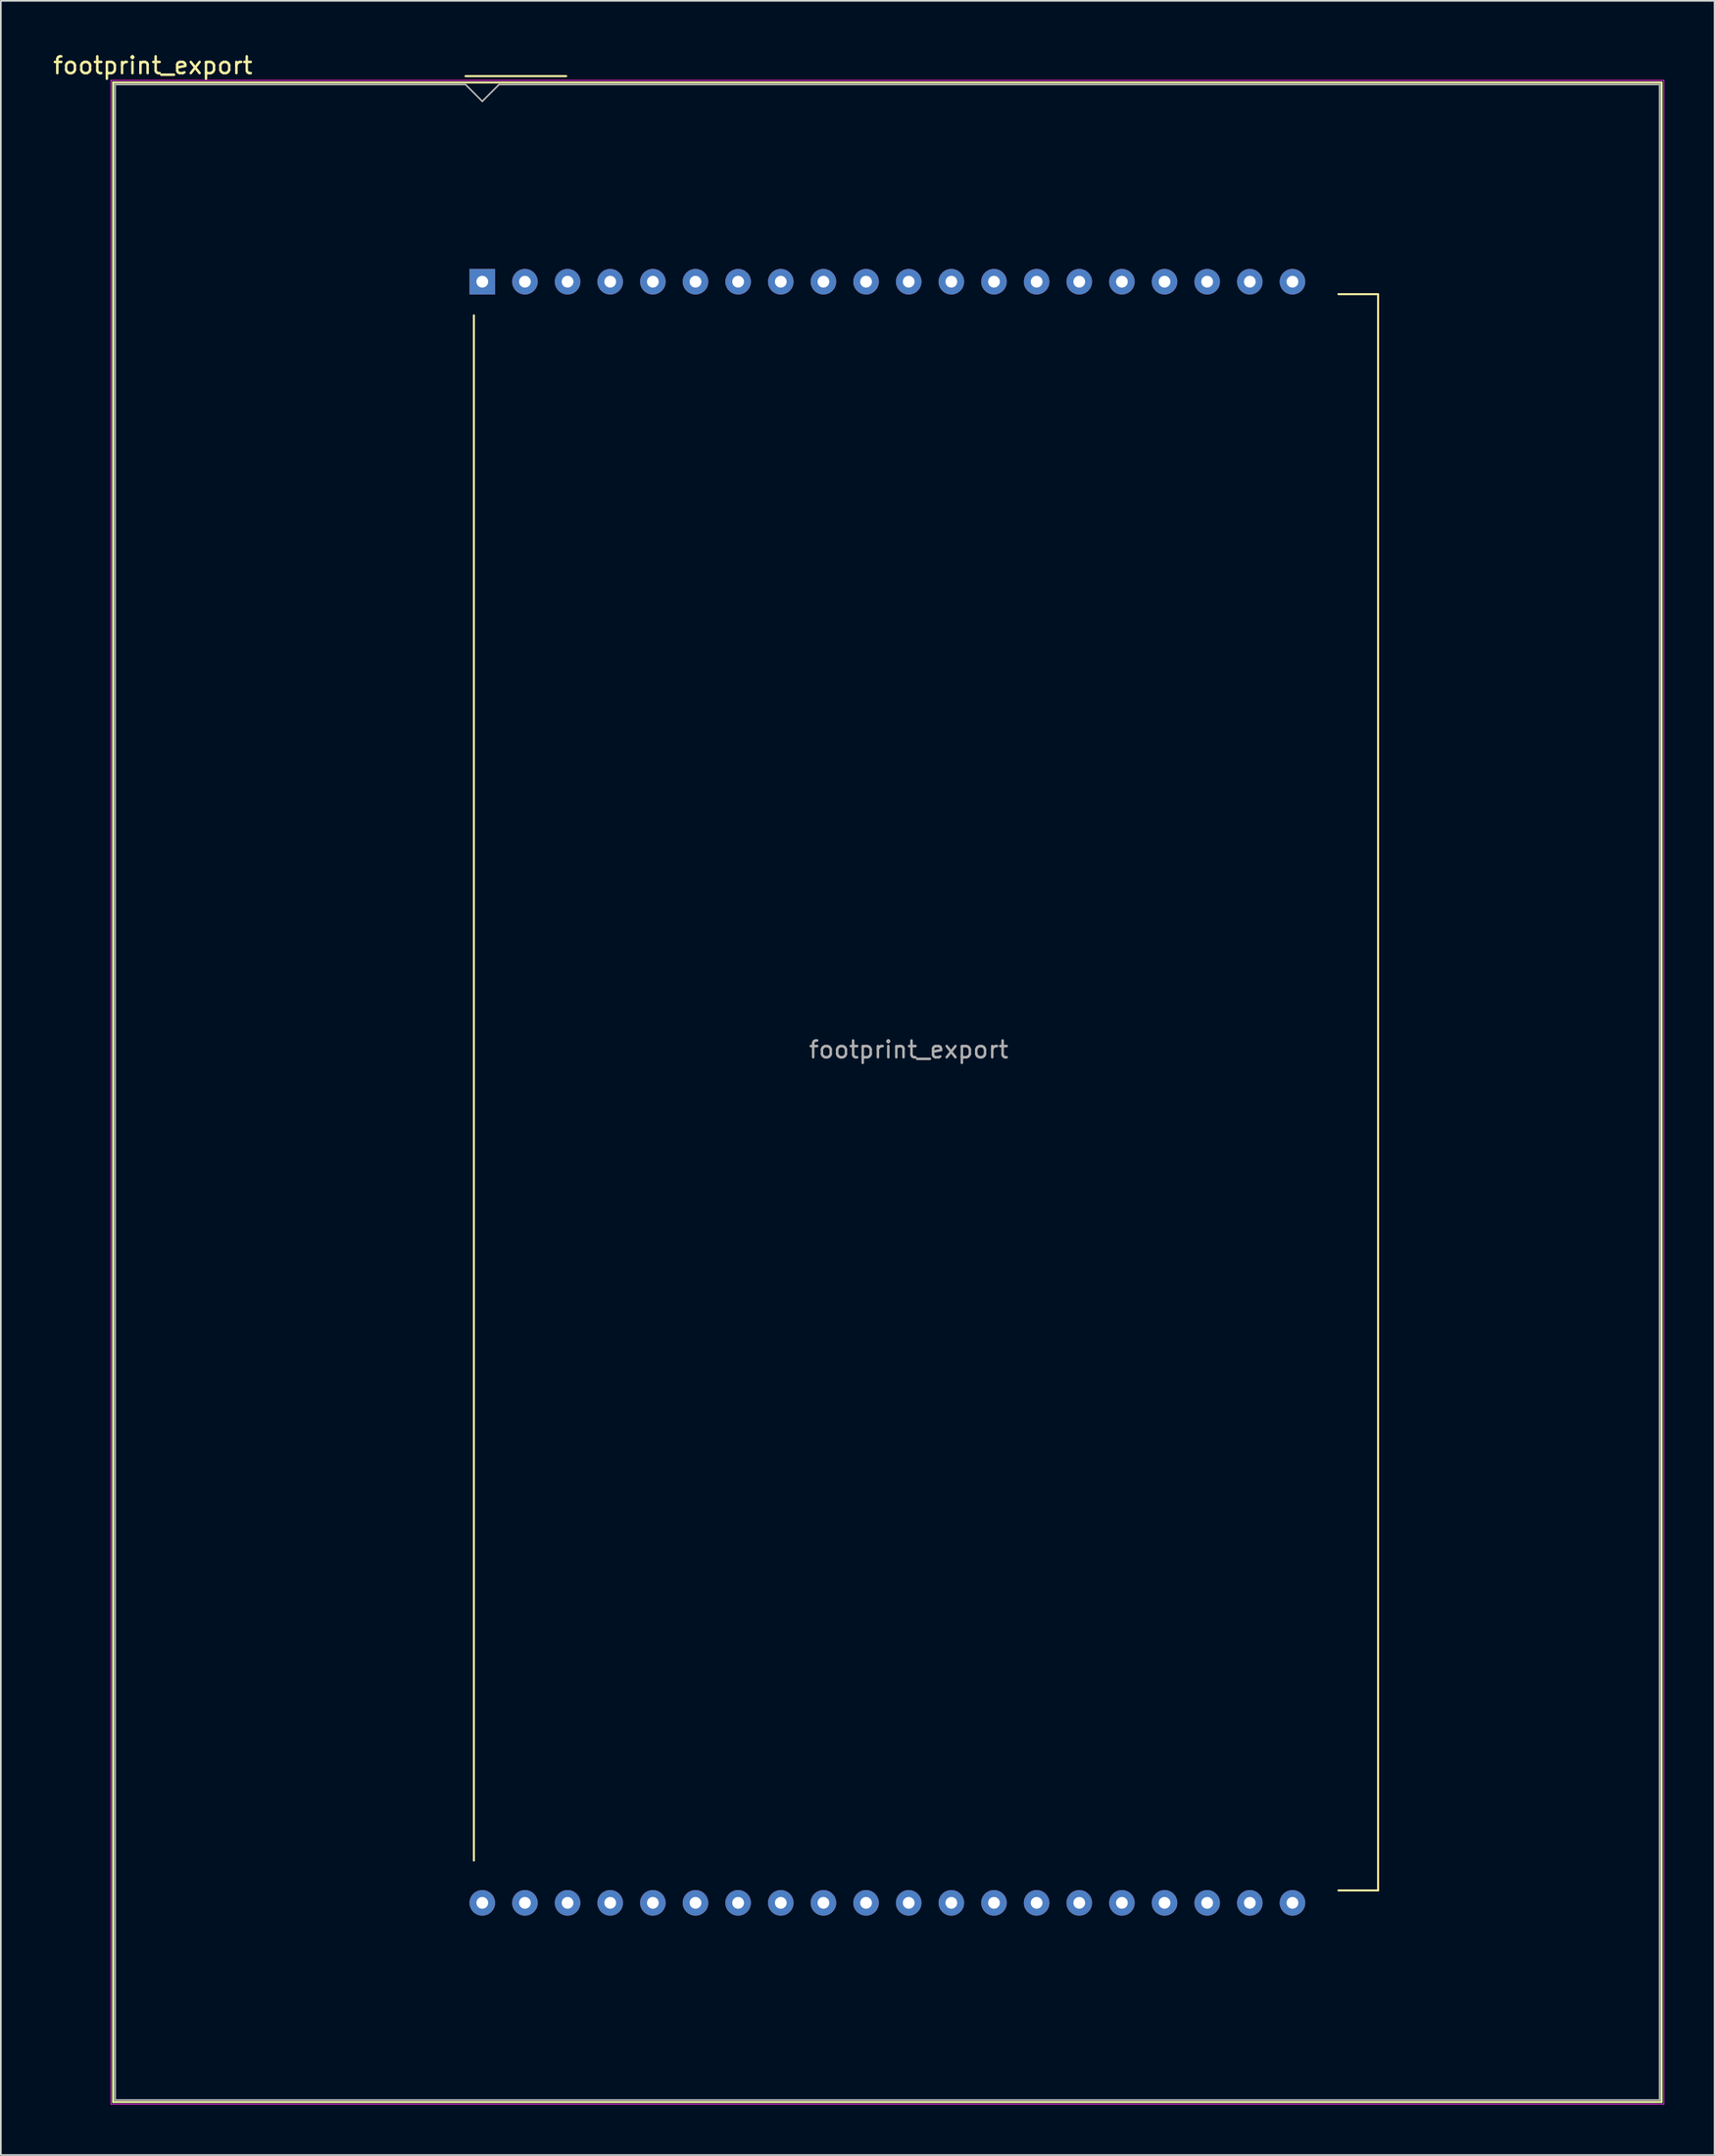
<source format=kicad_pcb>
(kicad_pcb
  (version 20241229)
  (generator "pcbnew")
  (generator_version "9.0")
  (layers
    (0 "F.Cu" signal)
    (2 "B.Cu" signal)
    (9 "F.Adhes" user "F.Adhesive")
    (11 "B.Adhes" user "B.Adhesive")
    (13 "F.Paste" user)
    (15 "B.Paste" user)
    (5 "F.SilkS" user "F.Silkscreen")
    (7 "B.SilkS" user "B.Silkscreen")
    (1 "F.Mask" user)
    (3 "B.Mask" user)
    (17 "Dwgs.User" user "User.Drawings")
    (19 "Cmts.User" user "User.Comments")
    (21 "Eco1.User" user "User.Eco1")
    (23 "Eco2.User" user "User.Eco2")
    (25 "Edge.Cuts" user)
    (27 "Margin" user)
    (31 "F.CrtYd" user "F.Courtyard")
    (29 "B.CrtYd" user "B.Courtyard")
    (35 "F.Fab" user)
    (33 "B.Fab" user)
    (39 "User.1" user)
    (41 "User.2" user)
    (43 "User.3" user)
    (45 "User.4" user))
  (footprint "footprint_export"
    (layer "F.Cu")
    (at 25.679 13.723)
    (property "Reference" "footprint_export" (at -19.625 -12.875 0) (layer "F.SilkS") (effects (font (size 1 1) (thickness 0.15))))
    (attr through_hole)
    (fp_line (start -21.99 -11.86) (end 70.25 -11.86) (stroke (width 0.12) (type solid)) (layer "F.SilkS"))
    (fp_line (start -21.99 108.38) (end -21.99 -11.86) (stroke (width 0.12) (type solid)) (layer "F.SilkS"))
    (fp_line (start -1 -12.24) (end 5 -12.24) (stroke (width 0.12) (type solid)) (layer "F.SilkS"))
    (fp_line (start -0.5 94) (end -0.5 2) (stroke (width 0.12) (type solid)) (layer "F.SilkS"))
    (fp_line (start 53.35 0.74) (end 51 0.74) (stroke (width 0.12) (type solid)) (layer "F.SilkS"))
    (fp_line (start 53.36 0.74) (end 53.36 95.78) (stroke (width 0.12) (type solid)) (layer "F.SilkS"))
    (fp_line (start 53.36 95.78) (end 51 95.78) (stroke (width 0.12) (type solid)) (layer "F.SilkS"))
    (fp_line (start 70.25 -11.86) (end 70.25 108.38) (stroke (width 0.12) (type solid)) (layer "F.SilkS"))
    (fp_line (start 70.25 108.38) (end -21.99 108.38) (stroke (width 0.12) (type solid)) (layer "F.SilkS"))
    (fp_line (start -22.12 -11.99) (end 70.38 -11.99) (stroke (width 0.05) (type solid)) (layer "F.CrtYd"))
    (fp_line (start -22.12 108.51) (end -22.12 -11.99) (stroke (width 0.05) (type solid)) (layer "F.CrtYd"))
    (fp_line (start 70.38 -11.99) (end 70.38 108.51) (stroke (width 0.05) (type solid)) (layer "F.CrtYd"))
    (fp_line (start 70.38 108.51) (end -22.12 108.51) (stroke (width 0.05) (type solid)) (layer "F.CrtYd"))
    (fp_line (start -21.87 -11.74) (end -1 -11.74) (stroke (width 0.1) (type solid)) (layer "F.Fab"))
    (fp_line (start -21.87 108.26) (end -21.87 -11.74) (stroke (width 0.1) (type solid)) (layer "F.Fab"))
    (fp_line (start -1 -11.74) (end 0 -10.74) (stroke (width 0.1) (type solid)) (layer "F.Fab"))
    (fp_line (start 0 -10.74) (end 1 -11.74) (stroke (width 0.1) (type solid)) (layer "F.Fab"))
    (fp_line (start 1 -11.74) (end 70.13 -11.74) (stroke (width 0.1) (type solid)) (layer "F.Fab"))
    (fp_line (start 70.13 -11.74) (end 70.13 108.26) (stroke (width 0.1) (type solid)) (layer "F.Fab"))
    (fp_line (start 70.13 108.26) (end -21.87 108.26) (stroke (width 0.1) (type solid)) (layer "F.Fab"))
    (fp_text user "${REFERENCE}" (at 25.4 45.72 0) (layer "F.Fab") (effects (font (size 1 1) (thickness 0.15))))
    (pad "1" thru_hole rect (at 0 0) (size 1.524 1.524) (drill 0.7) (layers "*.Cu" "*.Mask"))
    (pad "2" thru_hole circle (at 2.54 0) (size 1.524 1.524) (drill 0.7) (layers "*.Cu" "*.Mask"))
    (pad "3" thru_hole circle (at 5.08 0) (size 1.524 1.524) (drill 0.7) (layers "*.Cu" "*.Mask"))
    (pad "4" thru_hole circle (at 7.62 0) (size 1.524 1.524) (drill 0.7) (layers "*.Cu" "*.Mask"))
    (pad "5" thru_hole circle (at 10.16 0) (size 1.524 1.524) (drill 0.7) (layers "*.Cu" "*.Mask"))
    (pad "6" thru_hole circle (at 12.7 0) (size 1.524 1.524) (drill 0.7) (layers "*.Cu" "*.Mask"))
    (pad "7" thru_hole circle (at 15.24 0) (size 1.524 1.524) (drill 0.7) (layers "*.Cu" "*.Mask"))
    (pad "8" thru_hole circle (at 17.78 0) (size 1.524 1.524) (drill 0.7) (layers "*.Cu" "*.Mask"))
    (pad "9" thru_hole circle (at 20.32 0) (size 1.524 1.524) (drill 0.7) (layers "*.Cu" "*.Mask"))
    (pad "10" thru_hole circle (at 22.86 0) (size 1.524 1.524) (drill 0.7) (layers "*.Cu" "*.Mask"))
    (pad "11" thru_hole circle (at 25.4 0) (size 1.524 1.524) (drill 0.7) (layers "*.Cu" "*.Mask"))
    (pad "12" thru_hole circle (at 27.94 0) (size 1.524 1.524) (drill 0.7) (layers "*.Cu" "*.Mask"))
    (pad "13" thru_hole circle (at 30.48 0) (size 1.524 1.524) (drill 0.7) (layers "*.Cu" "*.Mask"))
    (pad "14" thru_hole circle (at 33.02 0) (size 1.524 1.524) (drill 0.7) (layers "*.Cu" "*.Mask"))
    (pad "15" thru_hole circle (at 35.56 0) (size 1.524 1.524) (drill 0.7) (layers "*.Cu" "*.Mask"))
    (pad "16" thru_hole circle (at 38.1 0) (size 1.524 1.524) (drill 0.7) (layers "*.Cu" "*.Mask"))
    (pad "17" thru_hole circle (at 40.64 0) (size 1.524 1.524) (drill 0.7) (layers "*.Cu" "*.Mask"))
    (pad "18" thru_hole circle (at 43.18 0) (size 1.524 1.524) (drill 0.7) (layers "*.Cu" "*.Mask"))
    (pad "19" thru_hole circle (at 45.72 0) (size 1.524 1.524) (drill 0.7) (layers "*.Cu" "*.Mask"))
    (pad "20" thru_hole circle (at 48.26 0) (size 1.524 1.524) (drill 0.7) (layers "*.Cu" "*.Mask"))
    (pad "21" thru_hole circle (at 48.26 96.52) (size 1.524 1.524) (drill 0.7) (layers "*.Cu" "*.Mask"))
    (pad "22" thru_hole circle (at 45.72 96.52) (size 1.524 1.524) (drill 0.7) (layers "*.Cu" "*.Mask"))
    (pad "23" thru_hole circle (at 43.18 96.52) (size 1.524 1.524) (drill 0.7) (layers "*.Cu" "*.Mask"))
    (pad "24" thru_hole circle (at 40.64 96.52) (size 1.524 1.524) (drill 0.7) (layers "*.Cu" "*.Mask"))
    (pad "25" thru_hole circle (at 38.1 96.52) (size 1.524 1.524) (drill 0.7) (layers "*.Cu" "*.Mask"))
    (pad "26" thru_hole circle (at 35.56 96.52) (size 1.524 1.524) (drill 0.7) (layers "*.Cu" "*.Mask"))
    (pad "27" thru_hole circle (at 33.02 96.52) (size 1.524 1.524) (drill 0.7) (layers "*.Cu" "*.Mask"))
    (pad "28" thru_hole circle (at 30.48 96.52) (size 1.524 1.524) (drill 0.7) (layers "*.Cu" "*.Mask"))
    (pad "29" thru_hole circle (at 27.94 96.52) (size 1.524 1.524) (drill 0.7) (layers "*.Cu" "*.Mask"))
    (pad "30" thru_hole circle (at 25.4 96.52) (size 1.524 1.524) (drill 0.7) (layers "*.Cu" "*.Mask"))
    (pad "31" thru_hole circle (at 22.86 96.52) (size 1.524 1.524) (drill 0.7) (layers "*.Cu" "*.Mask"))
    (pad "32" thru_hole circle (at 20.32 96.52) (size 1.524 1.524) (drill 0.7) (layers "*.Cu" "*.Mask"))
    (pad "33" thru_hole circle (at 17.78 96.52) (size 1.524 1.524) (drill 0.7) (layers "*.Cu" "*.Mask"))
    (pad "34" thru_hole circle (at 15.24 96.52) (size 1.524 1.524) (drill 0.7) (layers "*.Cu" "*.Mask"))
    (pad "35" thru_hole circle (at 12.7 96.52) (size 1.524 1.524) (drill 0.7) (layers "*.Cu" "*.Mask"))
    (pad "36" thru_hole circle (at 10.16 96.52) (size 1.524 1.524) (drill 0.7) (layers "*.Cu" "*.Mask"))
    (pad "37" thru_hole circle (at 7.62 96.52) (size 1.524 1.524) (drill 0.7) (layers "*.Cu" "*.Mask"))
    (pad "38" thru_hole circle (at 5.08 96.52) (size 1.524 1.524) (drill 0.7) (layers "*.Cu" "*.Mask"))
    (pad "39" thru_hole circle (at 2.54 96.52) (size 1.524 1.524) (drill 0.7) (layers "*.Cu" "*.Mask"))
    (pad "40" thru_hole circle (at 0 96.52) (size 1.524 1.524) (drill 0.7) (layers "*.Cu" "*.Mask")))
  (gr_rect
    (start -3 -3)
    (end 99.084 125.258)
    (stroke (width 0.1) (type default))
    (fill no)
    (layer "Edge.Cuts")))
</source>
